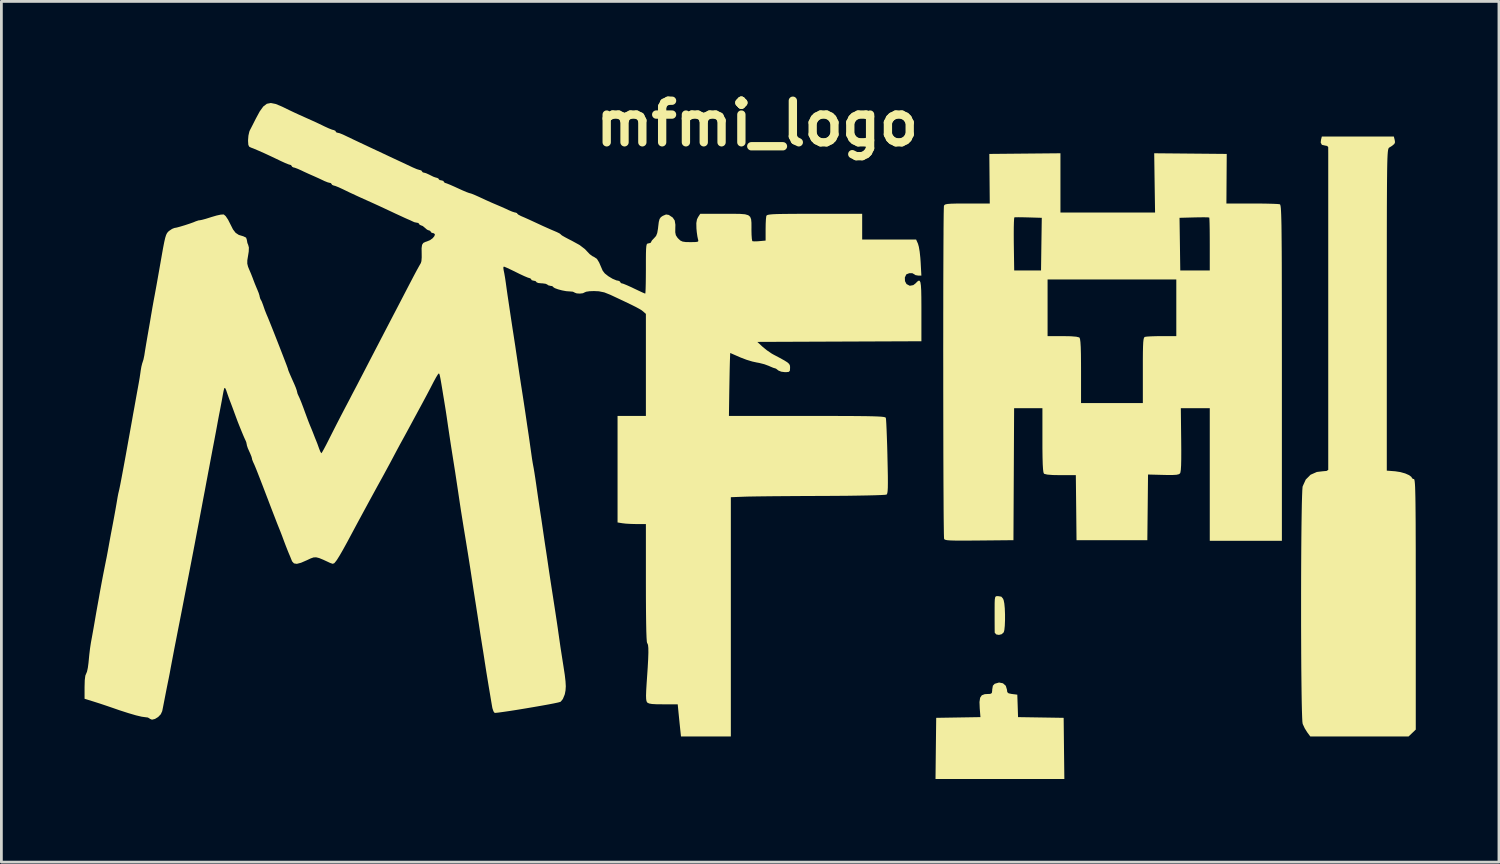
<source format=kicad_pcb>
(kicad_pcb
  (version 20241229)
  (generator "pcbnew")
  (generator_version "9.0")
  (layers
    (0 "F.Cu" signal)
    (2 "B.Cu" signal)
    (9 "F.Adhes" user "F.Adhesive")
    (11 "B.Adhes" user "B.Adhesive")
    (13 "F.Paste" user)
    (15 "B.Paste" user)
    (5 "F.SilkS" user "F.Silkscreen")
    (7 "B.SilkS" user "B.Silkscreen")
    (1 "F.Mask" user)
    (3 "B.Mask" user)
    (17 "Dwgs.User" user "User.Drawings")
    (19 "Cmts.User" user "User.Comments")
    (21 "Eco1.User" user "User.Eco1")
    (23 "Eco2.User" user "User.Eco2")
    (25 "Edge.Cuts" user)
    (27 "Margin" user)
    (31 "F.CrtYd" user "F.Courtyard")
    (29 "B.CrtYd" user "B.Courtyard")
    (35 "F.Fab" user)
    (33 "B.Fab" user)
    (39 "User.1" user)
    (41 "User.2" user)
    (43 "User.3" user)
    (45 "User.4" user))
  (footprint "mfmi_logo"
    (layer "F.Cu")
    (at 24.007 12.834)
    (property "Reference" "mfmi_logo" (at 0.254 -11.43 0) (layer "F.SilkS") (effects (font (size 1.5 1.5) (thickness 0.3))))
    (attr board_only exclude_from_pos_files exclude_from_bom)
    (fp_poly (pts (xy 8.935 5.618) (xy 8.957 5.619) (xy 9.06 5.637) (xy 9.121 5.71) (xy 9.143 5.765) (xy 9.167 5.883) (xy 9.184 6.06) (xy 9.192 6.27) (xy 9.192 6.487) (xy 9.184 6.686) (xy 9.168 6.841) (xy 9.146 6.922) (xy 9.073 6.99) (xy 8.972 7.016) (xy 8.877 6.999) (xy 8.823 6.941) (xy 8.82 6.919) (xy 8.819 6.835) (xy 8.818 6.682) (xy 8.817 6.486) (xy 8.817 6.338) (xy 8.817 6.065) (xy 8.818 5.871) (xy 8.823 5.743) (xy 8.835 5.667) (xy 8.855 5.63) (xy 8.888 5.618)) (stroke (width 0) (type solid)) (fill yes) (layer "F.SilkS"))
    (fp_poly (pts (xy 9.118 8.761) (xy 9.22 8.851) (xy 9.262 8.991) (xy 9.262 8.991) (xy 9.273 9.079) (xy 9.322 9.123) (xy 9.434 9.146) (xy 9.45 9.148) (xy 9.635 9.171) (xy 9.649 9.576) (xy 9.662 9.981) (xy 10.485 9.994) (xy 11.307 10.007) (xy 11.319 11.11) (xy 11.332 12.212) (xy 9.008 12.212) (xy 6.685 12.212) (xy 6.697 11.11) (xy 6.71 10.007) (xy 7.508 9.994) (xy 8.306 9.981) (xy 8.28 9.666) (xy 8.271 9.436) (xy 8.294 9.283) (xy 8.355 9.193) (xy 8.462 9.153) (xy 8.546 9.148) (xy 8.664 9.143) (xy 8.716 9.112) (xy 8.729 9.031) (xy 8.73 8.987) (xy 8.754 8.847) (xy 8.82 8.778) (xy 8.977 8.733)) (stroke (width 0) (type solid)) (fill yes) (layer "F.SilkS"))
    (fp_poly (pts (xy 23.247 -10.835) (xy 23.259 -10.754) (xy 23.234 -10.693) (xy 23.157 -10.628) (xy 23.047 -10.559) (xy 23.035 -10.549) (xy 23.024 -10.53) (xy 23.014 -10.5) (xy 23.005 -10.451) (xy 22.997 -10.381) (xy 22.99 -10.283) (xy 22.984 -10.153) (xy 22.979 -9.986) (xy 22.975 -9.778) (xy 22.972 -9.523) (xy 22.969 -9.217) (xy 22.967 -8.854) (xy 22.965 -8.431) (xy 22.964 -7.942) (xy 22.963 -7.382) (xy 22.963 -6.747) (xy 22.962 -6.031) (xy 22.962 -5.23) (xy 22.962 -4.708) (xy 22.962 1.091) (xy 23.264 1.114) (xy 23.451 1.143) (xy 23.626 1.192) (xy 23.768 1.255) (xy 23.853 1.321) (xy 23.868 1.357) (xy 23.905 1.389) (xy 23.937 1.393) (xy 23.949 1.401) (xy 23.959 1.429) (xy 23.968 1.481) (xy 23.976 1.564) (xy 23.983 1.682) (xy 23.988 1.84) (xy 23.993 2.045) (xy 23.997 2.301) (xy 24 2.613) (xy 24.003 2.986) (xy 24.004 3.427) (xy 24.006 3.94) (xy 24.006 4.53) (xy 24.007 5.203) (xy 24.007 5.912) (xy 24.007 10.431) (xy 23.877 10.555) (xy 23.746 10.68) (xy 21.975 10.68) (xy 20.204 10.68) (xy 20.092 10.529) (xy 20.002 10.385) (xy 19.932 10.234) (xy 19.927 10.22) (xy 19.917 10.145) (xy 19.909 9.985) (xy 19.901 9.749) (xy 19.894 9.444) (xy 19.888 9.079) (xy 19.883 8.663) (xy 19.878 8.203) (xy 19.875 7.708) (xy 19.873 7.186) (xy 19.871 6.645) (xy 19.871 6.094) (xy 19.871 5.54) (xy 19.872 4.992) (xy 19.874 4.459) (xy 19.877 3.947) (xy 19.881 3.466) (xy 19.886 3.024) (xy 19.892 2.629) (xy 19.898 2.289) (xy 19.906 2.013) (xy 19.914 1.809) (xy 19.923 1.684) (xy 19.929 1.654) (xy 20.039 1.413) (xy 20.212 1.239) (xy 20.439 1.139) (xy 20.648 1.114) (xy 20.789 1.102) (xy 20.848 1.065) (xy 20.85 1.056) (xy 20.85 1.006) (xy 20.85 0.869) (xy 20.85 0.653) (xy 20.85 0.365) (xy 20.85 0.011) (xy 20.85 -0.402) (xy 20.85 -0.867) (xy 20.85 -1.376) (xy 20.85 -1.925) (xy 20.85 -2.504) (xy 20.85 -3.109) (xy 20.85 -3.731) (xy 20.85 -4.364) (xy 20.85 -5.002) (xy 20.85 -5.637) (xy 20.85 -6.262) (xy 20.85 -6.872) (xy 20.85 -7.458) (xy 20.85 -8.014) (xy 20.85 -8.534) (xy 20.85 -9.011) (xy 20.85 -9.437) (xy 20.85 -9.805) (xy 20.85 -10.11) (xy 20.85 -10.345) (xy 20.849 -10.501) (xy 20.849 -10.574) (xy 20.849 -10.576) (xy 20.81 -10.62) (xy 20.736 -10.634) (xy 20.621 -10.66) (xy 20.578 -10.742) (xy 20.59 -10.845) (xy 20.619 -10.959) (xy 21.917 -10.959) (xy 23.216 -10.959)) (stroke (width 0) (type solid)) (fill yes) (layer "F.SilkS"))
    (fp_poly (pts (xy 11.191 -9.288) (xy 11.191 -8.219) (xy 12.897 -8.219) (xy 14.604 -8.219) (xy 14.588 -9.288) (xy 14.573 -10.356) (xy 15.881 -10.344) (xy 17.189 -10.332) (xy 17.183 -9.438) (xy 17.177 -8.544) (xy 18.104 -8.544) (xy 18.392 -8.543) (xy 18.651 -8.539) (xy 18.866 -8.533) (xy 19.02 -8.526) (xy 19.1 -8.517) (xy 19.104 -8.516) (xy 19.115 -8.506) (xy 19.124 -8.48) (xy 19.133 -8.435) (xy 19.141 -8.365) (xy 19.147 -8.267) (xy 19.153 -8.134) (xy 19.158 -7.964) (xy 19.163 -7.751) (xy 19.166 -7.49) (xy 19.169 -7.176) (xy 19.172 -6.807) (xy 19.174 -6.375) (xy 19.175 -5.878) (xy 19.176 -5.31) (xy 19.177 -4.666) (xy 19.177 -3.943) (xy 19.178 -3.135) (xy 19.178 -2.433) (xy 19.178 3.622) (xy 17.878 3.622) (xy 16.577 3.622) (xy 16.577 1.231) (xy 16.577 -1.161) (xy 16.055 -1.161) (xy 15.533 -1.161) (xy 15.546 -0.018) (xy 15.549 0.372) (xy 15.548 0.676) (xy 15.543 0.904) (xy 15.533 1.061) (xy 15.518 1.156) (xy 15.503 1.192) (xy 15.459 1.221) (xy 15.376 1.24) (xy 15.238 1.248) (xy 15.03 1.248) (xy 14.898 1.245) (xy 14.35 1.231) (xy 14.338 2.415) (xy 14.325 3.599) (xy 13.048 3.599) (xy 11.771 3.599) (xy 11.759 2.426) (xy 11.746 1.254) (xy 11.199 1.254) (xy 10.912 1.249) (xy 10.715 1.233) (xy 10.609 1.207) (xy 10.596 1.198) (xy 10.577 1.148) (xy 10.563 1.038) (xy 10.552 0.859) (xy 10.545 0.606) (xy 10.541 0.272) (xy 10.541 -0.009) (xy 10.541 -1.161) (xy 10.03 -1.161) (xy 9.52 -1.161) (xy 9.508 1.219) (xy 9.496 3.599) (xy 8.259 3.611) (xy 7.883 3.614) (xy 7.59 3.615) (xy 7.368 3.613) (xy 7.21 3.608) (xy 7.103 3.599) (xy 7.038 3.585) (xy 7.005 3.567) (xy 6.995 3.553) (xy 6.991 3.496) (xy 6.987 3.354) (xy 6.984 3.132) (xy 6.98 2.838) (xy 6.977 2.478) (xy 6.975 2.059) (xy 6.972 1.587) (xy 6.97 1.07) (xy 6.968 0.514) (xy 6.967 -0.075) (xy 6.966 -0.688) (xy 6.965 -1.32) (xy 6.964 -1.964) (xy 6.964 -2.613) (xy 6.963 -3.261) (xy 6.964 -3.9) (xy 6.964 -4.524) (xy 6.965 -4.783) (xy 10.727 -4.783) (xy 10.727 -3.761) (xy 11.274 -3.761) (xy 11.563 -3.756) (xy 11.76 -3.74) (xy 11.865 -3.715) (xy 11.878 -3.706) (xy 11.897 -3.656) (xy 11.912 -3.545) (xy 11.923 -3.367) (xy 11.93 -3.114) (xy 11.933 -2.779) (xy 11.934 -2.498) (xy 11.934 -1.347) (xy 13.048 -1.347) (xy 14.163 -1.347) (xy 14.163 -2.526) (xy 14.163 -2.891) (xy 14.165 -3.175) (xy 14.17 -3.386) (xy 14.177 -3.536) (xy 14.188 -3.636) (xy 14.203 -3.695) (xy 14.223 -3.725) (xy 14.236 -3.733) (xy 14.31 -3.744) (xy 14.455 -3.753) (xy 14.649 -3.759) (xy 14.84 -3.761) (xy 15.37 -3.761) (xy 15.37 -4.783) (xy 15.37 -5.804) (xy 13.048 -5.804) (xy 10.727 -5.804) (xy 10.727 -4.783) (xy 6.965 -4.783) (xy 6.965 -5.126) (xy 6.966 -5.699) (xy 6.968 -6.237) (xy 6.97 -6.733) (xy 6.972 -7.18) (xy 6.974 -7.436) (xy 9.507 -7.436) (xy 9.508 -7.157) (xy 9.509 -7.081) (xy 9.523 -6.129) (xy 10.007 -6.129) (xy 10.491 -6.129) (xy 10.504 -7.079) (xy 10.518 -8.028) (xy 10.508 -8.028) (xy 15.486 -8.028) (xy 15.5 -7.079) (xy 15.513 -6.129) (xy 16.045 -6.129) (xy 16.577 -6.129) (xy 16.577 -7.074) (xy 16.576 -7.36) (xy 16.574 -7.613) (xy 16.57 -7.819) (xy 16.565 -7.964) (xy 16.56 -8.033) (xy 16.558 -8.037) (xy 16.507 -8.044) (xy 16.382 -8.047) (xy 16.203 -8.046) (xy 16.013 -8.042) (xy 15.486 -8.028) (xy 10.508 -8.028) (xy 10.041 -8.042) (xy 9.838 -8.047) (xy 9.672 -8.049) (xy 9.562 -8.048) (xy 9.53 -8.045) (xy 9.52 -7.997) (xy 9.513 -7.871) (xy 9.508 -7.679) (xy 9.507 -7.436) (xy 6.974 -7.436) (xy 6.974 -7.571) (xy 6.977 -7.9) (xy 6.98 -8.16) (xy 6.984 -8.344) (xy 6.988 -8.445) (xy 6.99 -8.463) (xy 7.009 -8.492) (xy 7.05 -8.514) (xy 7.125 -8.528) (xy 7.248 -8.537) (xy 7.432 -8.542) (xy 7.689 -8.544) (xy 7.832 -8.544) (xy 8.642 -8.544) (xy 8.634 -9.438) (xy 8.626 -10.332) (xy 9.908 -10.344) (xy 11.191 -10.356)) (stroke (width 0) (type solid)) (fill yes) (layer "F.SilkS"))
    (fp_poly (pts (xy -17.11 -12.133) (xy -16.885 -12.039) (xy -16.823 -12.009) (xy -16.631 -11.915) (xy -16.435 -11.822) (xy -16.287 -11.754) (xy -16.027 -11.637) (xy -15.833 -11.55) (xy -15.684 -11.483) (xy -15.563 -11.426) (xy -15.448 -11.371) (xy -15.352 -11.324) (xy -15.201 -11.255) (xy -15.079 -11.207) (xy -15.015 -11.191) (xy -14.958 -11.164) (xy -14.952 -11.144) (xy -14.915 -11.102) (xy -14.887 -11.098) (xy -14.806 -11.079) (xy -14.685 -11.03) (xy -14.643 -11.01) (xy -14.513 -10.948) (xy -14.335 -10.863) (xy -14.143 -10.772) (xy -14.116 -10.759) (xy -13.926 -10.67) (xy -13.687 -10.557) (xy -13.432 -10.438) (xy -13.257 -10.356) (xy -13.035 -10.251) (xy -12.821 -10.151) (xy -12.643 -10.068) (xy -12.537 -10.019) (xy -12.367 -9.939) (xy -12.196 -9.858) (xy -12.15 -9.837) (xy -12.023 -9.783) (xy -11.925 -9.753) (xy -11.906 -9.751) (xy -11.847 -9.725) (xy -11.841 -9.705) (xy -11.803 -9.664) (xy -11.773 -9.659) (xy -11.691 -9.637) (xy -11.572 -9.583) (xy -11.539 -9.566) (xy -11.417 -9.506) (xy -11.321 -9.474) (xy -11.306 -9.473) (xy -11.245 -9.447) (xy -11.237 -9.426) (xy -11.198 -9.389) (xy -11.144 -9.38) (xy -11.069 -9.36) (xy -11.052 -9.333) (xy -11.016 -9.289) (xy -11.004 -9.287) (xy -10.944 -9.268) (xy -10.821 -9.219) (xy -10.656 -9.146) (xy -10.558 -9.101) (xy -10.38 -9.02) (xy -10.232 -8.957) (xy -10.134 -8.921) (xy -10.11 -8.916) (xy -10.047 -8.897) (xy -9.924 -8.847) (xy -9.766 -8.776) (xy -9.732 -8.76) (xy -9.529 -8.666) (xy -9.317 -8.571) (xy -9.148 -8.499) (xy -8.97 -8.423) (xy -8.795 -8.345) (xy -8.714 -8.306) (xy -8.587 -8.252) (xy -8.489 -8.221) (xy -8.47 -8.219) (xy -8.411 -8.199) (xy -8.405 -8.184) (xy -8.366 -8.145) (xy -8.272 -8.095) (xy -8.254 -8.087) (xy -8.133 -8.035) (xy -7.966 -7.96) (xy -7.801 -7.884) (xy -7.467 -7.729) (xy -7.2 -7.61) (xy -6.987 -7.519) (xy -6.977 -7.515) (xy -6.877 -7.466) (xy -6.827 -7.427) (xy -6.826 -7.423) (xy -6.787 -7.391) (xy -6.682 -7.33) (xy -6.531 -7.25) (xy -6.432 -7.2) (xy -6.153 -7.047) (xy -5.958 -6.898) (xy -5.893 -6.828) (xy -5.785 -6.715) (xy -5.677 -6.637) (xy -5.636 -6.62) (xy -5.527 -6.547) (xy -5.448 -6.418) (xy -5.383 -6.268) (xy -5.323 -6.129) (xy -5.316 -6.115) (xy -5.243 -6.022) (xy -5.114 -5.92) (xy -4.963 -5.829) (xy -4.821 -5.77) (xy -4.752 -5.758) (xy -4.695 -5.73) (xy -4.69 -5.712) (xy -4.653 -5.668) (xy -4.632 -5.665) (xy -4.566 -5.646) (xy -4.44 -5.594) (xy -4.275 -5.52) (xy -4.191 -5.479) (xy -4.02 -5.398) (xy -3.883 -5.334) (xy -3.8 -5.299) (xy -3.784 -5.294) (xy -3.777 -5.338) (xy -3.771 -5.461) (xy -3.766 -5.648) (xy -3.763 -5.886) (xy -3.761 -6.161) (xy -3.761 -6.199) (xy -3.761 -6.51) (xy -3.759 -6.74) (xy -3.754 -6.902) (xy -3.745 -7.007) (xy -3.731 -7.068) (xy -3.71 -7.096) (xy -3.682 -7.104) (xy -3.668 -7.105) (xy -3.593 -7.124) (xy -3.576 -7.151) (xy -3.543 -7.212) (xy -3.466 -7.293) (xy -3.462 -7.297) (xy -3.394 -7.374) (xy -3.352 -7.479) (xy -3.324 -7.641) (xy -3.317 -7.708) (xy -3.296 -7.879) (xy -3.268 -7.984) (xy -3.222 -8.05) (xy -3.153 -8.098) (xy -3.034 -8.148) (xy -2.94 -8.133) (xy -2.93 -8.129) (xy -2.794 -8.038) (xy -2.721 -7.93) (xy -2.697 -7.777) (xy -2.7 -7.666) (xy -2.702 -7.506) (xy -2.681 -7.401) (xy -2.626 -7.315) (xy -2.594 -7.279) (xy -2.519 -7.209) (xy -2.439 -7.171) (xy -2.324 -7.154) (xy -2.16 -7.151) (xy -1.995 -7.153) (xy -1.904 -7.162) (xy -1.87 -7.186) (xy -1.874 -7.231) (xy -1.882 -7.255) (xy -1.904 -7.358) (xy -1.926 -7.514) (xy -1.938 -7.646) (xy -1.942 -7.838) (xy -1.919 -7.97) (xy -1.879 -8.052) (xy -1.8 -8.173) (xy -0.925 -8.173) (xy -0.601 -8.173) (xy -0.358 -8.169) (xy -0.185 -8.155) (xy -0.07 -8.122) (xy -0.001 -8.065) (xy 0.034 -7.977) (xy 0.046 -7.85) (xy 0.047 -7.677) (xy 0.046 -7.598) (xy 0.05 -7.417) (xy 0.06 -7.275) (xy 0.075 -7.194) (xy 0.081 -7.185) (xy 0.145 -7.178) (xy 0.266 -7.181) (xy 0.337 -7.187) (xy 0.557 -7.207) (xy 0.557 -7.616) (xy 0.56 -7.81) (xy 0.568 -7.973) (xy 0.58 -8.079) (xy 0.585 -8.099) (xy 0.601 -8.118) (xy 0.637 -8.134) (xy 0.703 -8.146) (xy 0.808 -8.156) (xy 0.959 -8.163) (xy 1.166 -8.167) (xy 1.438 -8.17) (xy 1.783 -8.172) (xy 2.21 -8.173) (xy 2.327 -8.173) (xy 4.04 -8.173) (xy 4.04 -7.708) (xy 4.04 -7.244) (xy 5.013 -7.244) (xy 5.986 -7.244) (xy 6.053 -7.093) (xy 6.084 -6.982) (xy 6.114 -6.806) (xy 6.137 -6.591) (xy 6.148 -6.443) (xy 6.175 -5.944) (xy 6.062 -5.944) (xy 5.964 -5.961) (xy 5.92 -5.99) (xy 5.85 -6.03) (xy 5.742 -6.031) (xy 5.644 -5.994) (xy 5.628 -5.981) (xy 5.579 -5.875) (xy 5.584 -5.744) (xy 5.639 -5.639) (xy 5.756 -5.577) (xy 5.884 -5.6) (xy 5.967 -5.665) (xy 6.029 -5.729) (xy 6.078 -5.762) (xy 6.115 -5.755) (xy 6.141 -5.699) (xy 6.158 -5.588) (xy 6.169 -5.411) (xy 6.174 -5.162) (xy 6.176 -4.831) (xy 6.176 -4.667) (xy 6.176 -3.576) (xy 3.217 -3.564) (xy 0.258 -3.552) (xy 0.446 -3.378) (xy 0.6 -3.252) (xy 0.771 -3.135) (xy 0.839 -3.096) (xy 1.072 -2.973) (xy 1.236 -2.882) (xy 1.342 -2.815) (xy 1.402 -2.761) (xy 1.431 -2.71) (xy 1.439 -2.652) (xy 1.439 -2.615) (xy 1.433 -2.516) (xy 1.396 -2.472) (xy 1.301 -2.461) (xy 1.257 -2.461) (xy 1.121 -2.478) (xy 1.018 -2.52) (xy 1.005 -2.531) (xy 0.931 -2.588) (xy 0.894 -2.6) (xy 0.83 -2.619) (xy 0.718 -2.666) (xy 0.67 -2.688) (xy 0.511 -2.747) (xy 0.321 -2.795) (xy 0.24 -2.809) (xy 0.075 -2.845) (xy -0.132 -2.908) (xy -0.339 -2.987) (xy -0.363 -2.997) (xy -0.72 -3.153) (xy -0.731 -2.865) (xy -0.735 -2.723) (xy -0.74 -2.509) (xy -0.745 -2.247) (xy -0.75 -1.958) (xy -0.754 -1.73) (xy -0.766 -0.882) (xy 2.05 -0.882) (xy 2.638 -0.882) (xy 3.139 -0.881) (xy 3.562 -0.88) (xy 3.911 -0.877) (xy 4.195 -0.874) (xy 4.419 -0.869) (xy 4.59 -0.863) (xy 4.716 -0.856) (xy 4.802 -0.847) (xy 4.856 -0.836) (xy 4.885 -0.823) (xy 4.893 -0.812) (xy 4.901 -0.749) (xy 4.91 -0.606) (xy 4.92 -0.394) (xy 4.93 -0.127) (xy 4.941 0.182) (xy 4.95 0.523) (xy 4.951 0.585) (xy 4.96 0.98) (xy 4.966 1.291) (xy 4.967 1.529) (xy 4.965 1.703) (xy 4.958 1.824) (xy 4.947 1.9) (xy 4.931 1.942) (xy 4.918 1.954) (xy 4.859 1.963) (xy 4.717 1.971) (xy 4.499 1.979) (xy 4.215 1.986) (xy 3.873 1.992) (xy 3.482 1.998) (xy 3.052 2.001) (xy 2.591 2.004) (xy 2.577 2.004) (xy 2.106 2.005) (xy 1.647 2.008) (xy 1.211 2.011) (xy 0.811 2.014) (xy 0.457 2.018) (xy 0.163 2.022) (xy -0.062 2.026) (xy -0.197 2.03) (xy -0.697 2.049) (xy -0.697 6.365) (xy -0.697 10.68) (xy -1.596 10.68) (xy -2.495 10.68) (xy -2.526 10.39) (xy -2.549 10.169) (xy -2.573 9.928) (xy -2.585 9.809) (xy -2.613 9.519) (xy -3.135 9.519) (xy -3.375 9.517) (xy -3.539 9.508) (xy -3.642 9.49) (xy -3.702 9.462) (xy -3.718 9.446) (xy -3.74 9.402) (xy -3.752 9.326) (xy -3.756 9.205) (xy -3.75 9.025) (xy -3.735 8.773) (xy -3.723 8.599) (xy -3.696 8.203) (xy -3.679 7.892) (xy -3.671 7.657) (xy -3.673 7.489) (xy -3.684 7.381) (xy -3.704 7.324) (xy -3.715 7.314) (xy -3.727 7.26) (xy -3.737 7.116) (xy -3.746 6.884) (xy -3.752 6.568) (xy -3.757 6.169) (xy -3.76 5.691) (xy -3.761 5.152) (xy -3.761 3.018) (xy -4.098 3.018) (xy -4.295 3.013) (xy -4.481 3.003) (xy -4.609 2.988) (xy -4.783 2.96) (xy -4.783 1.039) (xy -4.783 -0.882) (xy -4.272 -0.882) (xy -3.761 -0.882) (xy -3.761 -2.723) (xy -3.761 -4.563) (xy -3.866 -4.655) (xy -3.918 -4.695) (xy -3.997 -4.743) (xy -4.113 -4.806) (xy -4.276 -4.888) (xy -4.496 -4.994) (xy -4.782 -5.129) (xy -5.047 -5.253) (xy -5.261 -5.338) (xy -5.458 -5.378) (xy -5.636 -5.386) (xy -5.796 -5.38) (xy -5.915 -5.362) (xy -5.967 -5.34) (xy -6.031 -5.308) (xy -6.141 -5.295) (xy -6.255 -5.302) (xy -6.33 -5.329) (xy -6.336 -5.335) (xy -6.395 -5.363) (xy -6.505 -5.373) (xy -6.512 -5.373) (xy -6.635 -5.382) (xy -6.784 -5.41) (xy -6.93 -5.449) (xy -7.045 -5.491) (xy -7.103 -5.529) (xy -7.105 -5.536) (xy -7.143 -5.566) (xy -7.195 -5.572) (xy -7.284 -5.594) (xy -7.314 -5.619) (xy -7.374 -5.648) (xy -7.49 -5.664) (xy -7.525 -5.665) (xy -7.641 -5.676) (xy -7.704 -5.702) (xy -7.708 -5.712) (xy -7.747 -5.749) (xy -7.801 -5.758) (xy -7.877 -5.777) (xy -7.894 -5.804) (xy -7.931 -5.847) (xy -7.954 -5.851) (xy -8.019 -5.871) (xy -8.146 -5.924) (xy -8.313 -6.002) (xy -8.43 -6.06) (xy -8.61 -6.148) (xy -8.759 -6.218) (xy -8.858 -6.26) (xy -8.886 -6.269) (xy -8.904 -6.23) (xy -8.892 -6.141) (xy -8.869 -6.03) (xy -8.84 -5.863) (xy -8.814 -5.688) (xy -8.784 -5.469) (xy -8.751 -5.237) (xy -8.728 -5.085) (xy -8.698 -4.883) (xy -8.663 -4.649) (xy -8.638 -4.481) (xy -8.604 -4.256) (xy -8.567 -4.012) (xy -8.542 -3.854) (xy -8.509 -3.638) (xy -8.471 -3.393) (xy -8.447 -3.227) (xy -8.414 -3.008) (xy -8.38 -2.776) (xy -8.357 -2.624) (xy -8.327 -2.419) (xy -8.291 -2.184) (xy -8.268 -2.032) (xy -8.233 -1.81) (xy -8.196 -1.572) (xy -8.174 -1.428) (xy -8.143 -1.225) (xy -8.107 -0.987) (xy -8.078 -0.789) (xy -8.046 -0.568) (xy -8.011 -0.336) (xy -7.985 -0.163) (xy -7.957 0.033) (xy -7.924 0.267) (xy -7.896 0.464) (xy -7.87 0.65) (xy -7.844 0.811) (xy -7.825 0.915) (xy -7.824 0.92) (xy -7.808 1.005) (xy -7.782 1.16) (xy -7.75 1.367) (xy -7.715 1.605) (xy -7.707 1.663) (xy -7.669 1.928) (xy -7.631 2.19) (xy -7.596 2.42) (xy -7.57 2.59) (xy -7.569 2.6) (xy -7.535 2.817) (xy -7.499 3.062) (xy -7.475 3.227) (xy -7.443 3.446) (xy -7.409 3.679) (xy -7.386 3.831) (xy -7.356 4.026) (xy -7.321 4.26) (xy -7.292 4.458) (xy -7.255 4.711) (xy -7.214 4.982) (xy -7.166 5.294) (xy -7.107 5.672) (xy -7.103 5.7) (xy -7.07 5.912) (xy -7.033 6.152) (xy -7.01 6.304) (xy -6.976 6.528) (xy -6.939 6.778) (xy -6.916 6.942) (xy -6.84 7.471) (xy -6.744 8.086) (xy -6.734 8.149) (xy -6.687 8.456) (xy -6.66 8.69) (xy -6.65 8.87) (xy -6.659 9.015) (xy -6.683 9.142) (xy -6.692 9.174) (xy -6.756 9.329) (xy -6.832 9.422) (xy -6.849 9.432) (xy -6.926 9.453) (xy -7.076 9.485) (xy -7.283 9.525) (xy -7.533 9.57) (xy -7.81 9.618) (xy -8.098 9.667) (xy -8.383 9.714) (xy -8.649 9.756) (xy -8.881 9.79) (xy -9.063 9.815) (xy -9.181 9.828) (xy -9.218 9.827) (xy -9.259 9.772) (xy -9.297 9.658) (xy -9.307 9.604) (xy -9.337 9.429) (xy -9.37 9.232) (xy -9.38 9.171) (xy -9.437 8.833) (xy -9.48 8.569) (xy -9.514 8.363) (xy -9.54 8.197) (xy -9.562 8.054) (xy -9.566 8.033) (xy -9.595 7.841) (xy -9.63 7.617) (xy -9.653 7.476) (xy -9.688 7.256) (xy -9.727 7.011) (xy -9.75 6.861) (xy -9.798 6.544) (xy -9.835 6.302) (xy -9.864 6.117) (xy -9.886 5.973) (xy -9.905 5.853) (xy -9.923 5.739) (xy -9.931 5.688) (xy -9.957 5.522) (xy -9.992 5.298) (xy -10.029 5.051) (xy -10.052 4.899) (xy -10.086 4.675) (xy -10.131 4.389) (xy -10.182 4.068) (xy -10.235 3.743) (xy -10.266 3.552) (xy -10.331 3.157) (xy -10.384 2.827) (xy -10.431 2.533) (xy -10.474 2.249) (xy -10.519 1.947) (xy -10.546 1.765) (xy -10.64 1.143) (xy -10.731 0.569) (xy -10.795 0.163) (xy -10.849 -0.193) (xy -10.901 -0.541) (xy -10.91 -0.604) (xy -10.942 -0.825) (xy -10.977 -1.057) (xy -11.005 -1.231) (xy -11.04 -1.446) (xy -11.079 -1.681) (xy -11.096 -1.788) (xy -11.138 -2.039) (xy -11.168 -2.213) (xy -11.19 -2.323) (xy -11.206 -2.384) (xy -11.22 -2.41) (xy -11.232 -2.415) (xy -11.266 -2.376) (xy -11.329 -2.274) (xy -11.409 -2.128) (xy -11.435 -2.078) (xy -11.537 -1.88) (xy -11.663 -1.641) (xy -11.79 -1.404) (xy -11.833 -1.323) (xy -11.955 -1.099) (xy -12.084 -0.86) (xy -12.199 -0.647) (xy -12.235 -0.58) (xy -12.342 -0.382) (xy -12.454 -0.176) (xy -12.545 -0.01) (xy -12.632 0.148) (xy -12.741 0.351) (xy -12.853 0.562) (xy -12.882 0.617) (xy -12.997 0.833) (xy -13.135 1.088) (xy -13.272 1.34) (xy -13.327 1.439) (xy -13.45 1.662) (xy -13.576 1.893) (xy -13.688 2.098) (xy -13.734 2.182) (xy -13.841 2.38) (xy -13.955 2.59) (xy -14.036 2.74) (xy -14.131 2.915) (xy -14.244 3.126) (xy -14.348 3.32) (xy -14.538 3.675) (xy -14.691 3.953) (xy -14.811 4.16) (xy -14.9 4.302) (xy -14.934 4.35) (xy -15 4.43) (xy -15.058 4.451) (xy -15.147 4.421) (xy -15.188 4.402) (xy -15.397 4.305) (xy -15.545 4.244) (xy -15.654 4.217) (xy -15.746 4.221) (xy -15.846 4.255) (xy -15.974 4.315) (xy -15.984 4.32) (xy -16.198 4.413) (xy -16.35 4.453) (xy -16.453 4.437) (xy -16.518 4.368) (xy -16.535 4.331) (xy -16.591 4.191) (xy -16.645 4.064) (xy -16.694 3.943) (xy -16.759 3.777) (xy -16.809 3.645) (xy -16.881 3.45) (xy -16.94 3.297) (xy -17.003 3.14) (xy -17.038 3.053) (xy -17.067 2.98) (xy -17.123 2.834) (xy -17.202 2.631) (xy -17.297 2.384) (xy -17.402 2.108) (xy -17.436 2.02) (xy -17.567 1.677) (xy -17.67 1.41) (xy -17.749 1.208) (xy -17.808 1.058) (xy -17.852 0.95) (xy -17.885 0.872) (xy -17.912 0.814) (xy -17.929 0.778) (xy -17.964 0.686) (xy -17.97 0.648) (xy -17.989 0.58) (xy -18.037 0.463) (xy -18.063 0.407) (xy -18.12 0.278) (xy -18.153 0.178) (xy -18.156 0.153) (xy -18.176 0.061) (xy -18.197 0.011) (xy -18.245 -0.093) (xy -18.29 -0.197) (xy -18.35 -0.343) (xy -18.395 -0.453) (xy -18.442 -0.57) (xy -18.488 -0.687) (xy -18.542 -0.832) (xy -18.617 -1.035) (xy -18.62 -1.045) (xy -18.68 -1.207) (xy -18.732 -1.345) (xy -18.76 -1.416) (xy -18.802 -1.529) (xy -18.844 -1.648) (xy -18.901 -1.815) (xy -18.94 -1.893) (xy -18.967 -1.883) (xy -18.993 -1.785) (xy -19.019 -1.648) (xy -19.057 -1.436) (xy -19.099 -1.215) (xy -19.127 -1.068) (xy -19.166 -0.869) (xy -19.208 -0.645) (xy -19.228 -0.534) (xy -19.264 -0.339) (xy -19.301 -0.143) (xy -19.319 -0.046) (xy -19.351 0.121) (xy -19.39 0.323) (xy -19.412 0.441) (xy -19.45 0.643) (xy -19.489 0.851) (xy -19.508 0.952) (xy -19.546 1.15) (xy -19.585 1.36) (xy -19.596 1.416) (xy -19.633 1.614) (xy -19.672 1.825) (xy -19.683 1.881) (xy -19.718 2.064) (xy -19.758 2.277) (xy -19.779 2.391) (xy -19.816 2.586) (xy -19.853 2.782) (xy -19.871 2.879) (xy -19.942 3.248) (xy -19.997 3.538) (xy -20.039 3.761) (xy -20.057 3.854) (xy -20.083 3.991) (xy -20.125 4.208) (xy -20.18 4.493) (xy -20.246 4.835) (xy -20.322 5.223) (xy -20.404 5.644) (xy -20.49 6.088) (xy -20.579 6.543) (xy -20.644 6.872) (xy -20.706 7.191) (xy -20.766 7.496) (xy -20.818 7.771) (xy -20.861 7.996) (xy -20.891 8.155) (xy -20.899 8.196) (xy -20.933 8.385) (xy -20.969 8.569) (xy -20.988 8.66) (xy -21.02 8.818) (xy -21.058 9.009) (xy -21.076 9.101) (xy -21.127 9.364) (xy -21.175 9.609) (xy -21.206 9.764) (xy -21.258 9.878) (xy -21.353 9.977) (xy -21.467 10.047) (xy -21.575 10.073) (xy -21.653 10.042) (xy -21.662 10.03) (xy -21.725 9.995) (xy -21.814 9.984) (xy -21.946 9.966) (xy -22.153 9.917) (xy -22.426 9.837) (xy -22.755 9.731) (xy -22.985 9.651) (xy -23.213 9.573) (xy -23.455 9.492) (xy -23.665 9.425) (xy -23.694 9.416) (xy -24.007 9.319) (xy -24.007 8.894) (xy -24 8.647) (xy -23.979 8.484) (xy -23.949 8.412) (xy -23.919 8.341) (xy -23.889 8.203) (xy -23.865 8.023) (xy -23.858 7.95) (xy -23.836 7.725) (xy -23.809 7.5) (xy -23.781 7.316) (xy -23.777 7.29) (xy -23.74 7.091) (xy -23.7 6.867) (xy -23.68 6.756) (xy -23.628 6.456) (xy -23.588 6.222) (xy -23.554 6.032) (xy -23.523 5.861) (xy -23.496 5.712) (xy -23.461 5.513) (xy -23.425 5.316) (xy -23.404 5.201) (xy -23.376 5.052) (xy -23.341 4.868) (xy -23.294 4.63) (xy -23.233 4.323) (xy -23.213 4.226) (xy -23.18 4.052) (xy -23.143 3.85) (xy -23.127 3.761) (xy -23.099 3.606) (xy -23.06 3.393) (xy -23.014 3.153) (xy -22.984 2.995) (xy -22.939 2.753) (xy -22.895 2.511) (xy -22.859 2.305) (xy -22.842 2.206) (xy -22.815 2.045) (xy -22.79 1.915) (xy -22.776 1.857) (xy -22.755 1.768) (xy -22.718 1.589) (xy -22.667 1.322) (xy -22.601 0.968) (xy -22.52 0.529) (xy -22.426 0.005) (xy -22.379 -0.255) (xy -22.336 -0.495) (xy -22.295 -0.723) (xy -22.262 -0.911) (xy -22.242 -1.022) (xy -22.212 -1.184) (xy -22.176 -1.386) (xy -22.15 -1.532) (xy -22.113 -1.736) (xy -22.075 -1.945) (xy -22.053 -2.066) (xy -22.02 -2.256) (xy -21.991 -2.452) (xy -21.984 -2.507) (xy -21.958 -2.658) (xy -21.927 -2.782) (xy -21.917 -2.809) (xy -21.882 -2.92) (xy -21.853 -3.06) (xy -21.852 -3.065) (xy -21.825 -3.238) (xy -21.783 -3.492) (xy -21.728 -3.813) (xy -21.68 -4.086) (xy -21.644 -4.293) (xy -21.607 -4.516) (xy -21.593 -4.597) (xy -21.559 -4.796) (xy -21.519 -5.019) (xy -21.498 -5.131) (xy -21.473 -5.264) (xy -21.45 -5.39) (xy -21.425 -5.526) (xy -21.396 -5.686) (xy -21.361 -5.885) (xy -21.316 -6.139) (xy -21.259 -6.462) (xy -21.228 -6.64) (xy -21.176 -6.934) (xy -21.134 -7.15) (xy -21.099 -7.303) (xy -21.066 -7.408) (xy -21.032 -7.477) (xy -20.991 -7.527) (xy -20.956 -7.557) (xy -20.852 -7.627) (xy -20.769 -7.661) (xy -20.763 -7.662) (xy -20.685 -7.676) (xy -20.549 -7.713) (xy -20.383 -7.763) (xy -20.216 -7.818) (xy -20.076 -7.868) (xy -20.003 -7.899) (xy -19.896 -7.935) (xy -19.848 -7.94) (xy -19.771 -7.955) (xy -19.633 -7.992) (xy -19.462 -8.046) (xy -19.424 -8.058) (xy -19.247 -8.11) (xy -19.095 -8.143) (xy -18.996 -8.149) (xy -18.985 -8.147) (xy -18.917 -8.089) (xy -18.832 -7.962) (xy -18.75 -7.801) (xy -18.653 -7.609) (xy -18.559 -7.487) (xy -18.446 -7.412) (xy -18.293 -7.365) (xy -18.284 -7.363) (xy -18.182 -7.314) (xy -18.156 -7.24) (xy -18.134 -7.12) (xy -18.105 -7.05) (xy -18.08 -6.955) (xy -18.086 -6.81) (xy -18.109 -6.666) (xy -18.137 -6.496) (xy -18.138 -6.375) (xy -18.111 -6.266) (xy -18.073 -6.172) (xy -18.003 -6.008) (xy -17.939 -5.846) (xy -17.924 -5.804) (xy -17.867 -5.655) (xy -17.797 -5.486) (xy -17.779 -5.445) (xy -17.726 -5.314) (xy -17.695 -5.212) (xy -17.692 -5.187) (xy -17.666 -5.098) (xy -17.655 -5.082) (xy -17.618 -5.013) (xy -17.572 -4.893) (xy -17.558 -4.852) (xy -17.503 -4.694) (xy -17.444 -4.546) (xy -17.436 -4.527) (xy -17.395 -4.432) (xy -17.331 -4.274) (xy -17.249 -4.07) (xy -17.156 -3.835) (xy -17.057 -3.583) (xy -16.958 -3.33) (xy -16.865 -3.09) (xy -16.784 -2.88) (xy -16.72 -2.713) (xy -16.681 -2.606) (xy -16.67 -2.572) (xy -16.665 -2.546) (xy -16.644 -2.491) (xy -16.603 -2.393) (xy -16.535 -2.238) (xy -16.443 -2.032) (xy -16.387 -1.898) (xy -16.352 -1.796) (xy -16.345 -1.764) (xy -16.326 -1.686) (xy -16.304 -1.636) (xy -16.253 -1.527) (xy -16.191 -1.377) (xy -16.111 -1.167) (xy -16.067 -1.045) (xy -15.991 -0.84) (xy -15.937 -0.695) (xy -15.893 -0.583) (xy -15.849 -0.476) (xy -15.834 -0.441) (xy -15.781 -0.311) (xy -15.741 -0.209) (xy -15.696 -0.092) (xy -15.658 0) (xy -15.609 0.124) (xy -15.556 0.272) (xy -15.549 0.29) (xy -15.507 0.399) (xy -15.472 0.458) (xy -15.465 0.462) (xy -15.436 0.422) (xy -15.375 0.314) (xy -15.291 0.156) (xy -15.193 -0.037) (xy -15.193 -0.038) (xy -15.062 -0.297) (xy -14.914 -0.588) (xy -14.772 -0.864) (xy -14.702 -0.998) (xy -14.599 -1.195) (xy -14.508 -1.368) (xy -14.44 -1.497) (xy -14.41 -1.556) (xy -14.351 -1.67) (xy -14.301 -1.765) (xy -14.28 -1.804) (xy -14.253 -1.856) (xy -14.215 -1.928) (xy -14.162 -2.029) (xy -14.091 -2.167) (xy -13.995 -2.351) (xy -13.872 -2.588) (xy -13.717 -2.888) (xy -13.525 -3.258) (xy -13.432 -3.436) (xy -13.287 -3.716) (xy -13.134 -4.01) (xy -12.989 -4.289) (xy -12.865 -4.527) (xy -12.816 -4.62) (xy -12.701 -4.841) (xy -12.56 -5.112) (xy -12.41 -5.401) (xy -12.267 -5.676) (xy -12.248 -5.712) (xy -12.132 -5.934) (xy -12.028 -6.129) (xy -11.944 -6.281) (xy -11.891 -6.374) (xy -11.879 -6.393) (xy -11.857 -6.466) (xy -11.847 -6.6) (xy -11.848 -6.742) (xy -11.851 -6.933) (xy -11.834 -7.053) (xy -11.789 -7.122) (xy -11.706 -7.162) (xy -11.667 -7.173) (xy -11.547 -7.222) (xy -11.45 -7.293) (xy -11.387 -7.371) (xy -11.371 -7.437) (xy -11.416 -7.473) (xy -11.446 -7.476) (xy -11.508 -7.501) (xy -11.516 -7.522) (xy -11.553 -7.565) (xy -11.578 -7.569) (xy -11.654 -7.601) (xy -11.725 -7.662) (xy -11.809 -7.732) (xy -11.871 -7.755) (xy -11.928 -7.782) (xy -11.934 -7.801) (xy -11.971 -7.842) (xy -12.004 -7.848) (xy -12.105 -7.868) (xy -12.155 -7.889) (xy -12.261 -7.939) (xy -12.352 -7.978) (xy -12.44 -8.017) (xy -12.589 -8.086) (xy -12.779 -8.173) (xy -12.955 -8.256) (xy -13.177 -8.36) (xy -13.394 -8.461) (xy -13.578 -8.545) (xy -13.675 -8.589) (xy -14.102 -8.781) (xy -14.462 -8.948) (xy -14.692 -9.06) (xy -14.842 -9.129) (xy -14.965 -9.178) (xy -15.028 -9.194) (xy -15.086 -9.221) (xy -15.091 -9.241) (xy -15.129 -9.283) (xy -15.157 -9.287) (xy -15.237 -9.307) (xy -15.359 -9.356) (xy -15.4 -9.376) (xy -15.568 -9.455) (xy -15.744 -9.534) (xy -15.765 -9.543) (xy -15.921 -9.612) (xy -16.102 -9.695) (xy -16.18 -9.733) (xy -16.319 -9.795) (xy -16.429 -9.836) (xy -16.47 -9.844) (xy -16.526 -9.873) (xy -16.531 -9.891) (xy -16.567 -9.934) (xy -16.586 -9.937) (xy -16.652 -9.956) (xy -16.777 -10.007) (xy -16.935 -10.079) (xy -16.969 -10.096) (xy -17.252 -10.231) (xy -17.514 -10.353) (xy -17.74 -10.453) (xy -17.912 -10.526) (xy -18.005 -10.561) (xy -18.068 -10.593) (xy -18.1 -10.658) (xy -18.109 -10.78) (xy -18.11 -10.827) (xy -18.097 -10.992) (xy -18.064 -11.138) (xy -18.045 -11.184) (xy -17.991 -11.288) (xy -17.913 -11.441) (xy -17.828 -11.609) (xy -17.688 -11.867) (xy -17.562 -12.042) (xy -17.433 -12.141) (xy -17.288 -12.169)) (stroke (width 0) (type solid)) (fill yes) (layer "F.SilkS")))
  (gr_rect
    (start -3 -3)
    (end 51.014 28.046)
    (stroke (width 0.1) (type default))
    (fill no)
    (layer "Edge.Cuts")))
</source>
